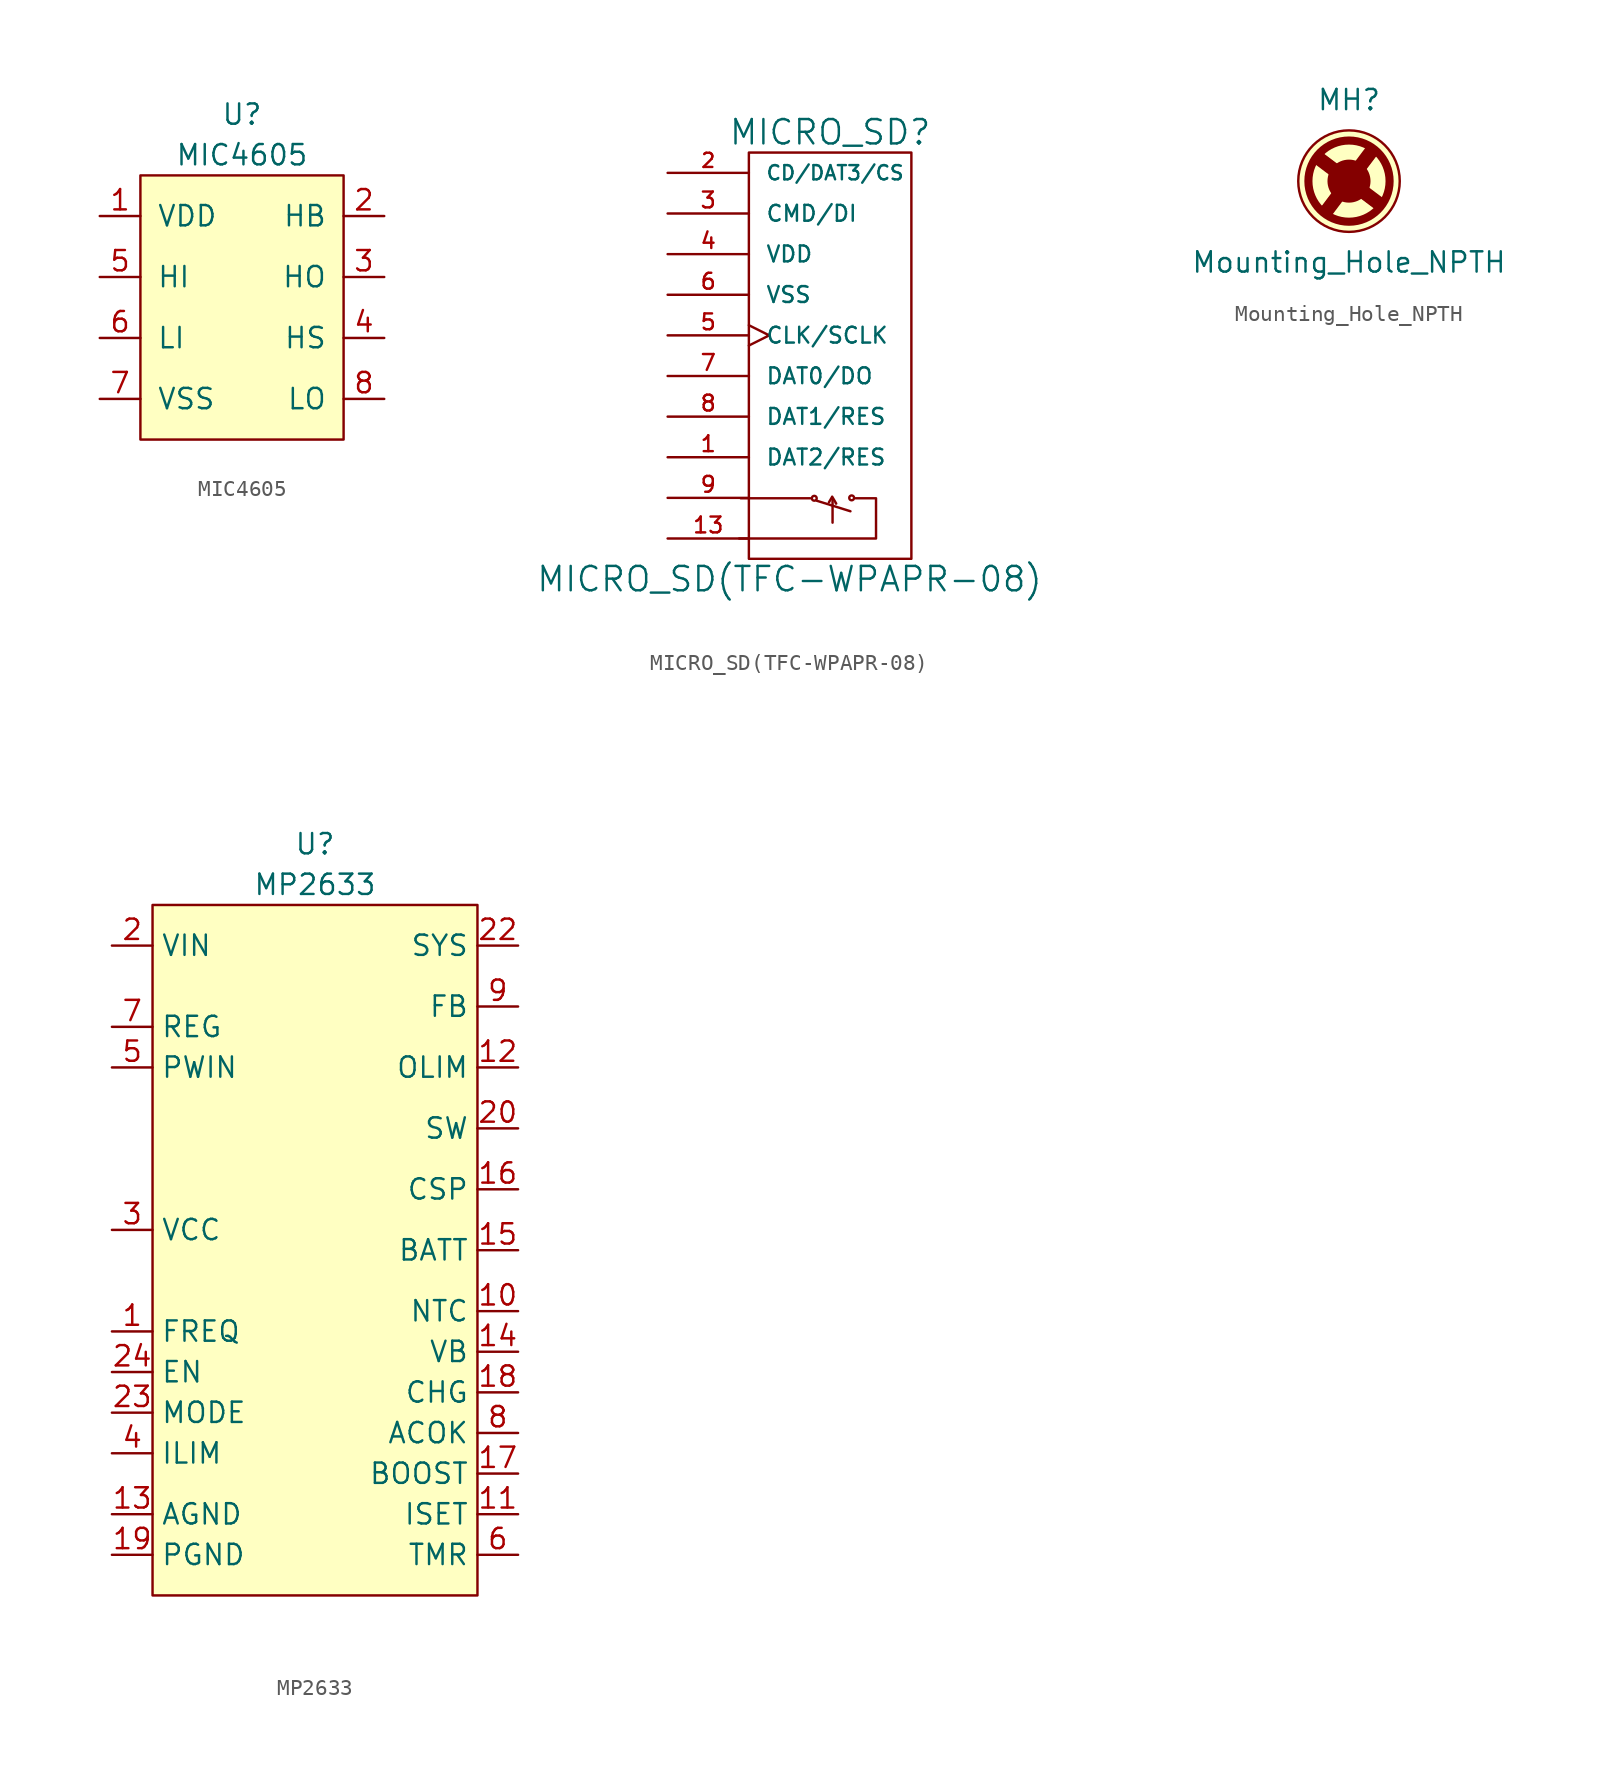
<source format=kicad_sym>
(kicad_symbol_lib
  (version 20211014)
  (generator kicad_symbol_editor)
  (symbol "MIC4605"
    (pin_names
      (offset 1.016))
    (property "Reference" "U"
      (at 0 12.7 0)
      (effects (font (size 1.27 1.27))))
    (property "Value" "MIC4605"
      (at 0 10.16 0)
      (effects (font (size 1.27 1.27))))
    (symbol "MIC4605_0_1"
      (rectangle (start -6.35 8.89) (end 6.35 -7.62) (stroke (width 0) (type default) (color 0 0 0 0)) (fill (type background))))
    (symbol "MIC4605_1_1"
      (pin input line (at -8.89 6.35 0) (length 2.54) (name "VDD" (effects (font (size 1.27 1.27)))) (number "1" (effects (font (size 1.27 1.27)))))
      (pin input line (at 8.89 6.35 180) (length 2.54) (name "HB" (effects (font (size 1.27 1.27)))) (number "2" (effects (font (size 1.27 1.27)))))
      (pin input line (at 8.89 2.54 180) (length 2.54) (name "HO" (effects (font (size 1.27 1.27)))) (number "3" (effects (font (size 1.27 1.27)))))
      (pin input line (at 8.89 -1.27 180) (length 2.54) (name "HS" (effects (font (size 1.27 1.27)))) (number "4" (effects (font (size 1.27 1.27)))))
      (pin input line (at -8.89 2.54 0) (length 2.54) (name "HI" (effects (font (size 1.27 1.27)))) (number "5" (effects (font (size 1.27 1.27)))))
      (pin input line (at -8.89 -1.27 0) (length 2.54) (name "LI" (effects (font (size 1.27 1.27)))) (number "6" (effects (font (size 1.27 1.27)))))
      (pin input line (at -8.89 -5.08 0) (length 2.54) (name "VSS" (effects (font (size 1.27 1.27)))) (number "7" (effects (font (size 1.27 1.27)))))
      (pin input line (at 8.89 -5.08 180) (length 2.54) (name "LO" (effects (font (size 1.27 1.27)))) (number "8" (effects (font (size 1.27 1.27)))))))
  (symbol "MICRO_SD(TFC-WPAPR-08)"
    (pin_names
      (offset 1.016))
    (property "Reference" "MICRO_SD"
      (at 2.54 15.24 0)
      (effects (font (size 1.524 1.524))))
    (property "Value" "MICRO_SD(TFC-WPAPR-08)"
      (at 0 -12.7 0)
      (effects (font (size 1.524 1.524))))
    (property "Footprint" ""
      (at 6.35 0 0)
      (effects (font (size 1.524 1.524))))
    (property "Datasheet" ""
      (at 6.35 0 0)
      (effects (font (size 1.524 1.524))))
    (symbol "MICRO_SD(TFC-WPAPR-08)_0_0"
      (rectangle (start -2.54 13.97) (end 7.62 -11.43) (stroke (width 0) (type default) (color 0 0 0 0)) (fill (type none)))
      (polyline (pts (xy 2.642 -7.595) (xy 2.464 -7.899)) (stroke (width 0) (type default) (color 0 0 0 0)) (fill (type none)))
      (polyline (pts (xy 2.692 -7.696) (xy 2.692 -9.169)) (stroke (width 0) (type default) (color 0 0 0 0)) (fill (type none)))
      (polyline (pts (xy 2.667 -7.544) (xy 2.921 -7.976) (xy 2.896 -7.976)) (stroke (width 0) (type default) (color 0 0 0 0)) (fill (type none))))
    (symbol "MICRO_SD(TFC-WPAPR-08)_0_1"
      (polyline (pts (xy -3.048 -7.645) (xy 1.295 -7.645)) (stroke (width 0) (type default) (color 0 0 0 0)) (fill (type none)))
      (polyline (pts (xy 1.702 -7.798) (xy 3.81 -8.458)) (stroke (width 0) (type default) (color 0 0 0 0)) (fill (type none)))
      (polyline (pts (xy -3.15 -10.16) (xy 5.41 -10.16) (xy 5.41 -7.645) (xy 4.14 -7.645)) (stroke (width 0) (type default) (color 0 0 0 0)) (fill (type none)))
      (circle (center 1.549 -7.645) (radius 0.152) (stroke (width 0) (type default) (color 0 0 0 0)) (fill (type none)))
      (circle (center 3.886 -7.62) (radius 0.152) (stroke (width 0) (type default) (color 0 0 0 0)) (fill (type none))))
    (symbol "MICRO_SD(TFC-WPAPR-08)_1_1"
      (pin bidirectional line (at -7.62 -5.08 0) (length 5.08) (name "DAT2/RES" (effects (font (size 0.991 0.991)))) (number "1" (effects (font (size 0.991 0.991)))))
      (pin passive line (at -7.62 -10.16 0) (length 5.08) hide (name "~" (effects (font (size 0.991 0.991)))) (number "10" (effects (font (size 0.991 0.991)))))
      (pin passive line (at -7.62 -10.16 0) (length 5.08) hide (name "~" (effects (font (size 0.991 0.991)))) (number "11" (effects (font (size 0.991 0.991)))))
      (pin passive line (at -7.62 -10.16 0) (length 5.08) hide (name "~" (effects (font (size 0.991 0.991)))) (number "12" (effects (font (size 0.991 0.991)))))
      (pin passive line (at -7.62 -10.16 0) (length 5.08) (name "~" (effects (font (size 0.991 0.991)))) (number "13" (effects (font (size 0.991 0.991)))))
      (pin bidirectional line (at -7.62 12.7 0) (length 5.08) (name "CD/DAT3/CS" (effects (font (size 0.889 0.889)))) (number "2" (effects (font (size 0.889 0.889)))))
      (pin input line (at -7.62 10.16 0) (length 5.08) (name "CMD/DI" (effects (font (size 0.991 0.991)))) (number "3" (effects (font (size 0.991 0.991)))))
      (pin power_in line (at -7.62 7.62 0) (length 5.08) (name "VDD" (effects (font (size 0.991 0.991)))) (number "4" (effects (font (size 0.991 0.991)))))
      (pin input clock (at -7.62 2.54 0) (length 5.08) (name "CLK/SCLK" (effects (font (size 0.991 0.991)))) (number "5" (effects (font (size 0.991 0.991)))))
      (pin power_in line (at -7.62 5.08 0) (length 5.08) (name "VSS" (effects (font (size 0.991 0.991)))) (number "6" (effects (font (size 0.991 0.991)))))
      (pin bidirectional line (at -7.62 0 0) (length 5.08) (name "DAT0/DO" (effects (font (size 0.991 0.991)))) (number "7" (effects (font (size 0.991 0.991)))))
      (pin bidirectional line (at -7.62 -2.54 0) (length 5.08) (name "DAT1/RES" (effects (font (size 0.991 0.991)))) (number "8" (effects (font (size 0.991 0.991)))))
      (pin passive line (at -7.62 -7.62 0) (length 5.08) (name "~" (effects (font (size 0.991 0.991)))) (number "9" (effects (font (size 0.991 0.991)))))))
  (symbol "Mounting_Hole_NPTH"
    (pin_names
      (offset 1.016))
    (property "Reference" "MH"
      (at 0 5.08 0)
      (effects (font (size 1.27 1.27))))
    (property "Value" "Mounting_Hole_NPTH"
      (at 0 -5.08 0)
      (effects (font (size 1.27 1.27))))
    (symbol "Mounting_Hole_NPTH_0_1"
      (polyline (pts (xy -1.905 1.27) (xy 1.778 -1.524)) (stroke (width 0.508) (type default) (color 0 0 0 0)) (fill (type none)))
      (polyline (pts (xy -1.905 1.27) (xy 1.905 -1.397)) (stroke (width 0.508) (type default) (color 0 0 0 0)) (fill (type none)))
      (polyline (pts (xy -1.778 1.524) (xy 1.905 -1.27)) (stroke (width 0.508) (type default) (color 0 0 0 0)) (fill (type none)))
      (polyline (pts (xy -1.524 -1.778) (xy 1.27 1.905)) (stroke (width 0.508) (type default) (color 0 0 0 0)) (fill (type none)))
      (polyline (pts (xy -1.27 -1.905) (xy 1.397 1.905)) (stroke (width 0.508) (type default) (color 0 0 0 0)) (fill (type none)))
      (polyline (pts (xy -1.27 -1.905) (xy 1.524 1.778)) (stroke (width 0.508) (type default) (color 0 0 0 0)) (fill (type none)))
      (polyline (pts (xy 1.194 2.184) (xy -1.778 -1.778)) (stroke (width 0) (type default) (color 0 0 0 0)) (fill (type none)))
      (polyline (pts (xy 1.778 -1.778) (xy -2.21 1.219)) (stroke (width 0) (type default) (color 0 0 0 0)) (fill (type none)))
      (polyline (pts (xy 1.778 1.778) (xy -1.219 -2.21)) (stroke (width 0) (type default) (color 0 0 0 0)) (fill (type none)))
      (polyline (pts (xy 2.184 -1.194) (xy -1.778 1.778)) (stroke (width 0) (type default) (color 0 0 0 0)) (fill (type none)))
      (circle (center 0 0) (radius 2.54) (stroke (width 0.508) (type default) (color 0 0 0 0)) (fill (type none)))
      (circle (center 0 0) (radius 3.175) (stroke (width 0) (type default) (color 0 0 0 0)) (fill (type background))))
    (symbol "Mounting_Hole_NPTH_1_1"
      (circle (center 0 0) (radius 1.27) (stroke (width 0) (type default) (color 0 0 0 0)) (fill (type outline)))))
  (symbol "MP2633"
    (property "Reference" "U"
      (at 0 25.4 0)
      (effects (font (size 1.27 1.27))))
    (property "Value" "MP2633"
      (at 0 22.86 0)
      (effects (font (size 1.27 1.27))))
    (symbol "MP2633_0_1"
      (rectangle (start -10.16 21.59) (end 10.16 -21.59) (stroke (width 0) (type default) (color 0 0 0 0)) (fill (type background)))
      (pin passive line (at -12.7 -5.08 0) (length 2.54) (name "FREQ" (effects (font (size 1.27 1.27)))) (number "1" (effects (font (size 1.27 1.27)))))
      (pin passive line (at 12.7 -3.81 180) (length 2.54) (name "NTC" (effects (font (size 1.27 1.27)))) (number "10" (effects (font (size 1.27 1.27)))))
      (pin passive line (at 12.7 -16.51 180) (length 2.54) (name "ISET" (effects (font (size 1.27 1.27)))) (number "11" (effects (font (size 1.27 1.27)))))
      (pin passive line (at 12.7 11.43 180) (length 2.54) (name "OLIM" (effects (font (size 1.27 1.27)))) (number "12" (effects (font (size 1.27 1.27)))))
      (pin passive line (at -12.7 -16.51 0) (length 2.54) (name "AGND" (effects (font (size 1.27 1.27)))) (number "13" (effects (font (size 1.27 1.27)))))
      (pin passive line (at 12.7 -6.35 180) (length 2.54) (name "VB" (effects (font (size 1.27 1.27)))) (number "14" (effects (font (size 1.27 1.27)))))
      (pin passive line (at 12.7 0 180) (length 2.54) (name "BATT" (effects (font (size 1.27 1.27)))) (number "15" (effects (font (size 1.27 1.27)))))
      (pin passive line (at 12.7 3.81 180) (length 2.54) (name "CSP" (effects (font (size 1.27 1.27)))) (number "16" (effects (font (size 1.27 1.27)))))
      (pin passive line (at 12.7 -13.97 180) (length 2.54) (name "BOOST" (effects (font (size 1.27 1.27)))) (number "17" (effects (font (size 1.27 1.27)))))
      (pin passive line (at 12.7 -8.89 180) (length 2.54) (name "CHG" (effects (font (size 1.27 1.27)))) (number "18" (effects (font (size 1.27 1.27)))))
      (pin passive line (at -12.7 -19.05 0) (length 2.54) (name "PGND" (effects (font (size 1.27 1.27)))) (number "19" (effects (font (size 1.27 1.27)))))
      (pin passive line (at -12.7 19.05 0) (length 2.54) (name "VIN" (effects (font (size 1.27 1.27)))) (number "2" (effects (font (size 1.27 1.27)))))
      (pin passive line (at 12.7 7.62 180) (length 2.54) (name "SW" (effects (font (size 1.27 1.27)))) (number "20" (effects (font (size 1.27 1.27)))))
      (pin passive line (at 12.7 19.05 180) (length 2.54) hide (name "SYS" (effects (font (size 1.27 1.27)))) (number "21" (effects (font (size 1.27 1.27)))))
      (pin passive line (at 12.7 19.05 180) (length 2.54) (name "SYS" (effects (font (size 1.27 1.27)))) (number "22" (effects (font (size 1.27 1.27)))))
      (pin passive line (at -12.7 -10.16 0) (length 2.54) (name "MODE" (effects (font (size 1.27 1.27)))) (number "23" (effects (font (size 1.27 1.27)))))
      (pin passive line (at -12.7 -7.62 0) (length 2.54) (name "EN" (effects (font (size 1.27 1.27)))) (number "24" (effects (font (size 1.27 1.27)))))
      (pin passive line (at -12.7 -19.05 0) (length 2.54) hide (name "PGND" (effects (font (size 1.27 1.27)))) (number "25" (effects (font (size 1.27 1.27)))))
      (pin passive line (at -12.7 1.27 0) (length 2.54) (name "VCC" (effects (font (size 1.27 1.27)))) (number "3" (effects (font (size 1.27 1.27)))))
      (pin passive line (at -12.7 -12.7 0) (length 2.54) (name "ILIM" (effects (font (size 1.27 1.27)))) (number "4" (effects (font (size 1.27 1.27)))))
      (pin passive line (at -12.7 11.43 0) (length 2.54) (name "PWIN" (effects (font (size 1.27 1.27)))) (number "5" (effects (font (size 1.27 1.27)))))
      (pin passive line (at 12.7 -19.05 180) (length 2.54) (name "TMR" (effects (font (size 1.27 1.27)))) (number "6" (effects (font (size 1.27 1.27)))))
      (pin passive line (at -12.7 13.97 0) (length 2.54) (name "REG" (effects (font (size 1.27 1.27)))) (number "7" (effects (font (size 1.27 1.27)))))
      (pin passive line (at 12.7 -11.43 180) (length 2.54) (name "ACOK" (effects (font (size 1.27 1.27)))) (number "8" (effects (font (size 1.27 1.27)))))
      (pin passive line (at 12.7 15.24 180) (length 2.54) (name "FB" (effects (font (size 1.27 1.27)))) (number "9" (effects (font (size 1.27 1.27))))))))
</source>
